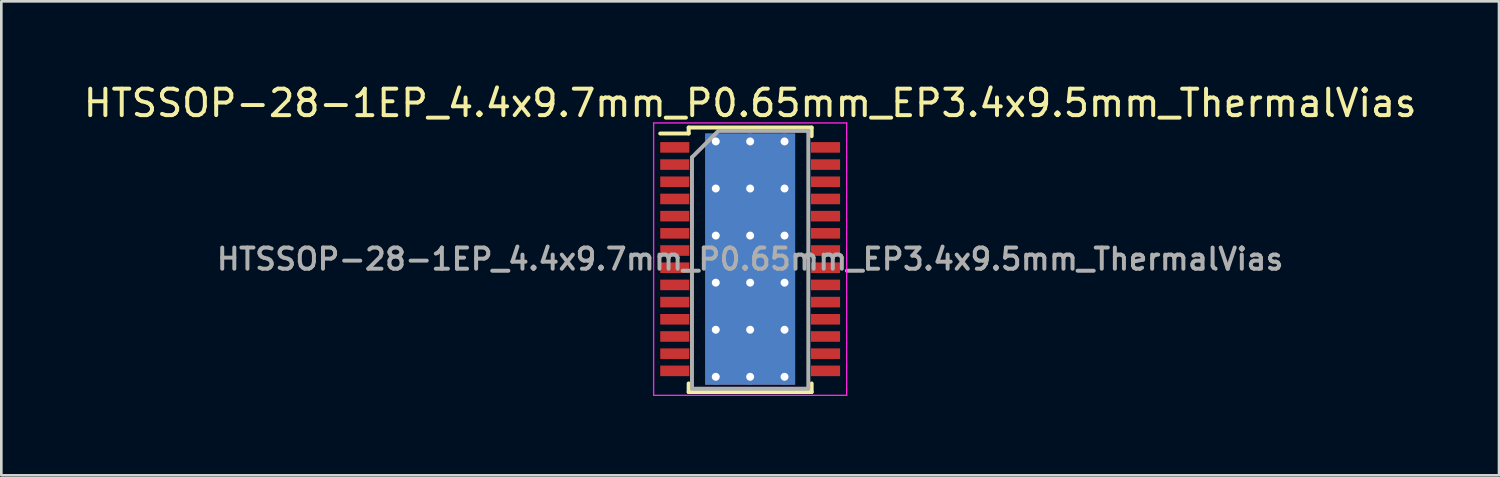
<source format=kicad_pcb>
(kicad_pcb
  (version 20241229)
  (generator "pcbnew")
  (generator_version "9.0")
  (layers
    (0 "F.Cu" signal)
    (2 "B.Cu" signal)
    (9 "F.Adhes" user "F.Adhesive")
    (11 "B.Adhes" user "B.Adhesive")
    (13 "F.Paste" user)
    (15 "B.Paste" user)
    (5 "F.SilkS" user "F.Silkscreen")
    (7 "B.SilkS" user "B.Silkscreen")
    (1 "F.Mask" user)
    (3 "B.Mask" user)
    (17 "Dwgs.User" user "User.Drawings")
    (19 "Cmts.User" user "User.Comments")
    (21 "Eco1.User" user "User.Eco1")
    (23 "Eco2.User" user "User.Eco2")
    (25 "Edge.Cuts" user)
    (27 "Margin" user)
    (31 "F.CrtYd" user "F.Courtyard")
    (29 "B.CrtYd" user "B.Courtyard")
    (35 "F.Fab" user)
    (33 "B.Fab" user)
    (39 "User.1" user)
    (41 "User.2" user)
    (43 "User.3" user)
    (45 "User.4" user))
  (footprint "HTSSOP-28-1EP_4.4x9.7mm_P0.65mm_EP3.4x9.5mm_ThermalVias"
    (layer "F.Cu")
    (at 25.315 6.748)
    (property "Reference" "HTSSOP-28-1EP_4.4x9.7mm_P0.65mm_EP3.4x9.5mm_ThermalVias" (at 0 -5.9 0) (layer "F.SilkS") (effects (font (size 1 1) (thickness 0.15))))
    (attr smd)
    (fp_line (start -2.325 -4.975) (end -2.325 -4.75) (stroke (width 0.15) (type solid)) (layer "F.SilkS"))
    (fp_line (start -2.325 -4.975) (end 2.325 -4.975) (stroke (width 0.15) (type solid)) (layer "F.SilkS"))
    (fp_line (start -2.325 -4.75) (end -3.4 -4.75) (stroke (width 0.15) (type solid)) (layer "F.SilkS"))
    (fp_line (start -2.325 5.026) (end -2.325 4.701) (stroke (width 0.15) (type solid)) (layer "F.SilkS"))
    (fp_line (start -2.325 5.026) (end 2.325 5.026) (stroke (width 0.15) (type solid)) (layer "F.SilkS"))
    (fp_line (start 2.325 -4.975) (end 2.325 -4.65) (stroke (width 0.15) (type solid)) (layer "F.SilkS"))
    (fp_line (start 2.325 5.026) (end 2.325 4.701) (stroke (width 0.15) (type solid)) (layer "F.SilkS"))
    (fp_line (start -3.65 -5.15) (end -3.65 5.15) (stroke (width 0.05) (type solid)) (layer "F.CrtYd"))
    (fp_line (start -3.65 -5.15) (end 3.65 -5.15) (stroke (width 0.05) (type solid)) (layer "F.CrtYd"))
    (fp_line (start -3.65 5.15) (end 3.65 5.15) (stroke (width 0.05) (type solid)) (layer "F.CrtYd"))
    (fp_line (start 3.65 -5.15) (end 3.65 5.15) (stroke (width 0.05) (type solid)) (layer "F.CrtYd"))
    (fp_line (start -2.2 -3.85) (end -1.2 -4.85) (stroke (width 0.15) (type solid)) (layer "F.Fab"))
    (fp_line (start -2.2 4.85) (end -2.2 -3.85) (stroke (width 0.15) (type solid)) (layer "F.Fab"))
    (fp_line (start -1.2 -4.85) (end 2.2 -4.85) (stroke (width 0.15) (type solid)) (layer "F.Fab"))
    (fp_line (start 2.2 -4.85) (end 2.2 4.85) (stroke (width 0.15) (type solid)) (layer "F.Fab"))
    (fp_line (start 2.2 4.901) (end -2.2 4.901) (stroke (width 0.15) (type solid)) (layer "F.Fab"))
    (fp_text user "${REFERENCE}" (at 0 0 0) (layer "F.Fab") (effects (font (size 0.8 0.8) (thickness 0.15))))
    (pad "" smd rect (at -0.85 -3.56) (size 1.4 1.4) (layers "F.Paste"))
    (pad "" smd rect (at -0.85 -1.78) (size 1.4 1.4) (layers "F.Paste"))
    (pad "" smd rect (at -0.85 0) (size 1.4 1.4) (layers "F.Paste"))
    (pad "" smd rect (at -0.85 1.78) (size 1.4 1.4) (layers "F.Paste"))
    (pad "" smd rect (at -0.85 3.56) (size 1.4 1.4) (layers "F.Paste"))
    (pad "" smd rect (at 0.85 -3.56) (size 1.4 1.4) (layers "F.Paste"))
    (pad "" smd rect (at 0.85 -1.78) (size 1.4 1.4) (layers "F.Paste"))
    (pad "" smd rect (at 0.85 0) (size 1.4 1.4) (layers "F.Paste"))
    (pad "" smd rect (at 0.85 1.78) (size 1.4 1.4) (layers "F.Paste"))
    (pad "" smd rect (at 0.85 3.56) (size 1.4 1.4) (layers "F.Paste"))
    (pad "1" smd rect (at -2.85 -4.225) (size 1.1 0.4) (layers "F.Cu" "F.Mask" "F.Paste"))
    (pad "2" smd rect (at -2.85 -3.575) (size 1.1 0.4) (layers "F.Cu" "F.Mask" "F.Paste"))
    (pad "3" smd rect (at -2.85 -2.925) (size 1.1 0.4) (layers "F.Cu" "F.Mask" "F.Paste"))
    (pad "4" smd rect (at -2.85 -2.275) (size 1.1 0.4) (layers "F.Cu" "F.Mask" "F.Paste"))
    (pad "5" smd rect (at -2.85 -1.625) (size 1.1 0.4) (layers "F.Cu" "F.Mask" "F.Paste"))
    (pad "6" smd rect (at -2.85 -0.975) (size 1.1 0.4) (layers "F.Cu" "F.Mask" "F.Paste"))
    (pad "7" smd rect (at -2.85 -0.325) (size 1.1 0.4) (layers "F.Cu" "F.Mask" "F.Paste"))
    (pad "8" smd rect (at -2.85 0.325) (size 1.1 0.4) (layers "F.Cu" "F.Mask" "F.Paste"))
    (pad "9" smd rect (at -2.85 0.975) (size 1.1 0.4) (layers "F.Cu" "F.Mask" "F.Paste"))
    (pad "10" smd rect (at -2.85 1.625) (size 1.1 0.4) (layers "F.Cu" "F.Mask" "F.Paste"))
    (pad "11" smd rect (at -2.85 2.275) (size 1.1 0.4) (layers "F.Cu" "F.Mask" "F.Paste"))
    (pad "12" smd rect (at -2.85 2.925) (size 1.1 0.4) (layers "F.Cu" "F.Mask" "F.Paste"))
    (pad "13" smd rect (at -2.85 3.575) (size 1.1 0.4) (layers "F.Cu" "F.Mask" "F.Paste"))
    (pad "14" smd rect (at -2.85 4.225) (size 1.1 0.4) (layers "F.Cu" "F.Mask" "F.Paste"))
    (pad "15" smd rect (at 2.85 4.225) (size 1.1 0.4) (layers "F.Cu" "F.Mask" "F.Paste"))
    (pad "16" smd rect (at 2.85 3.575) (size 1.1 0.4) (layers "F.Cu" "F.Mask" "F.Paste"))
    (pad "17" smd rect (at 2.85 2.925) (size 1.1 0.4) (layers "F.Cu" "F.Mask" "F.Paste"))
    (pad "18" smd rect (at 2.85 2.275) (size 1.1 0.4) (layers "F.Cu" "F.Mask" "F.Paste"))
    (pad "19" smd rect (at 2.85 1.625) (size 1.1 0.4) (layers "F.Cu" "F.Mask" "F.Paste"))
    (pad "20" smd rect (at 2.85 0.975) (size 1.1 0.4) (layers "F.Cu" "F.Mask" "F.Paste"))
    (pad "21" smd rect (at 2.85 0.325) (size 1.1 0.4) (layers "F.Cu" "F.Mask" "F.Paste"))
    (pad "22" smd rect (at 2.85 -0.325) (size 1.1 0.4) (layers "F.Cu" "F.Mask" "F.Paste"))
    (pad "23" smd rect (at 2.85 -0.975) (size 1.1 0.4) (layers "F.Cu" "F.Mask" "F.Paste"))
    (pad "24" smd rect (at 2.85 -1.625) (size 1.1 0.4) (layers "F.Cu" "F.Mask" "F.Paste"))
    (pad "25" smd rect (at 2.85 -2.275) (size 1.1 0.4) (layers "F.Cu" "F.Mask" "F.Paste"))
    (pad "26" smd rect (at 2.85 -2.925) (size 1.1 0.4) (layers "F.Cu" "F.Mask" "F.Paste"))
    (pad "27" smd rect (at 2.85 -3.575) (size 1.1 0.4) (layers "F.Cu" "F.Mask" "F.Paste"))
    (pad "28" smd rect (at 2.85 -4.225) (size 1.1 0.4) (layers "F.Cu" "F.Mask" "F.Paste"))
    (pad "29" thru_hole circle (at -1.3 -4.45) (size 0.6 0.6) (drill 0.3) (layers "*.Cu"))
    (pad "29" thru_hole circle (at -1.3 -2.67) (size 0.6 0.6) (drill 0.3) (layers "*.Cu"))
    (pad "29" thru_hole circle (at -1.3 -0.89) (size 0.6 0.6) (drill 0.3) (layers "*.Cu"))
    (pad "29" thru_hole circle (at -1.3 0.89) (size 0.6 0.6) (drill 0.3) (layers "*.Cu"))
    (pad "29" thru_hole circle (at -1.3 2.67) (size 0.6 0.6) (drill 0.3) (layers "*.Cu"))
    (pad "29" thru_hole circle (at -1.3 4.45) (size 0.6 0.6) (drill 0.3) (layers "*.Cu"))
    (pad "29" thru_hole circle (at 0 -4.45) (size 0.6 0.6) (drill 0.3) (layers "*.Cu"))
    (pad "29" thru_hole circle (at 0 -2.67) (size 0.6 0.6) (drill 0.3) (layers "*.Cu"))
    (pad "29" thru_hole circle (at 0 -0.89) (size 0.6 0.6) (drill 0.3) (layers "*.Cu"))
    (pad "29" smd rect (at 0 0) (size 3.4 9.5) (layers "F.Cu" "F.Mask"))
    (pad "29" smd rect (at 0 0) (size 3.4 9.5) (layers "B.Cu"))
    (pad "29" thru_hole circle (at 0 0.89) (size 0.6 0.6) (drill 0.3) (layers "*.Cu"))
    (pad "29" thru_hole circle (at 0 2.67) (size 0.6 0.6) (drill 0.3) (layers "*.Cu"))
    (pad "29" thru_hole circle (at 0 4.45) (size 0.6 0.6) (drill 0.3) (layers "*.Cu"))
    (pad "29" thru_hole circle (at 1.3 -4.45) (size 0.6 0.6) (drill 0.3) (layers "*.Cu"))
    (pad "29" thru_hole circle (at 1.3 -2.67) (size 0.6 0.6) (drill 0.3) (layers "*.Cu"))
    (pad "29" thru_hole circle (at 1.3 -0.89) (size 0.6 0.6) (drill 0.3) (layers "*.Cu"))
    (pad "29" thru_hole circle (at 1.3 0.89) (size 0.6 0.6) (drill 0.3) (layers "*.Cu"))
    (pad "29" thru_hole circle (at 1.3 2.67) (size 0.6 0.6) (drill 0.3) (layers "*.Cu"))
    (pad "29" thru_hole circle (at 1.3 4.45) (size 0.6 0.6) (drill 0.3) (layers "*.Cu")))
  (gr_rect
    (start -3 -3)
    (end 53.631 14.923)
    (stroke (width 0.1) (type default))
    (fill no)
    (layer "Edge.Cuts")))
</source>
